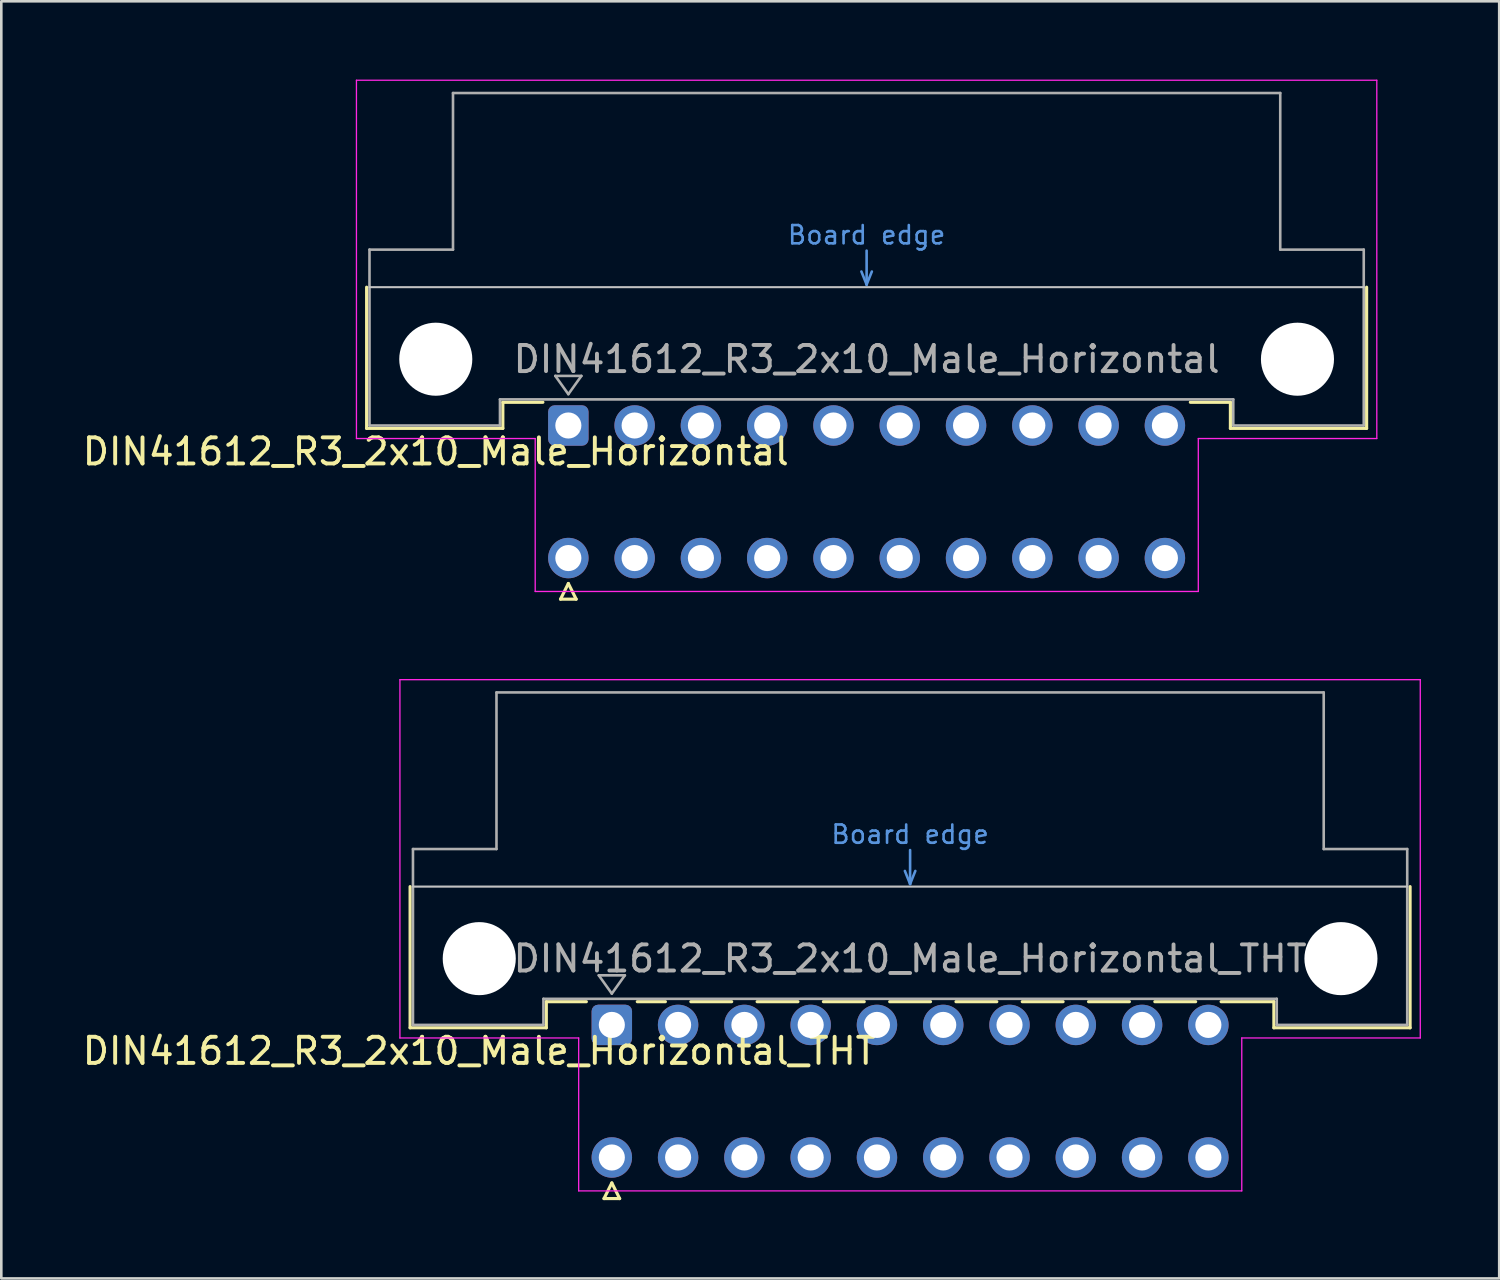
<source format=kicad_pcb>
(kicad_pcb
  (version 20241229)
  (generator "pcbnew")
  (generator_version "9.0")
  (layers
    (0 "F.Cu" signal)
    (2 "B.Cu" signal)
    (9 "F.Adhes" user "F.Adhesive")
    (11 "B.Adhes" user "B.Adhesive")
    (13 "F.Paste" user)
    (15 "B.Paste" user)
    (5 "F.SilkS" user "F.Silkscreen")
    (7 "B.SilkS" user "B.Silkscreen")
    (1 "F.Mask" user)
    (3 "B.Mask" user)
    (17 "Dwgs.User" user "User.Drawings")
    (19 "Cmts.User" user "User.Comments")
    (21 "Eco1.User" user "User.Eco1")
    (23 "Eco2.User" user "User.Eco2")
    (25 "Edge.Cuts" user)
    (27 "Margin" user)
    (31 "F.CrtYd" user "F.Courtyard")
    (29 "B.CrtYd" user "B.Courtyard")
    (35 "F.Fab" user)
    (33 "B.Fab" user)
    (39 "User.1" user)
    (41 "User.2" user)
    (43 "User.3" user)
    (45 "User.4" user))
  (footprint "DIN41612_R3_2x10_Male_Horizontal"
    (layer "F.Cu")
    (at 18.729 13.255)
    (property "Reference" "DIN41612_R3_2x10_Male_Horizontal" (at -5.08 1 0) (layer "F.SilkS") (effects (font (size 1 1) (thickness 0.15))))
    (attr through_hole)
    (fp_line (start -7.73 -5.3) (end -7.73 0.11) (stroke (width 0.12) (type solid)) (layer "F.SilkS"))
    (fp_line (start -7.73 0.11) (end -2.51 0.11) (stroke (width 0.12) (type solid)) (layer "F.SilkS"))
    (fp_line (start -2.51 -0.89) (end -0.975 -0.89) (stroke (width 0.12) (type solid)) (layer "F.SilkS"))
    (fp_line (start -2.51 0.11) (end -2.51 -0.89) (stroke (width 0.12) (type solid)) (layer "F.SilkS"))
    (fp_line (start -0.3 6.655) (end 0.3 6.655) (stroke (width 0.12) (type solid)) (layer "F.SilkS"))
    (fp_line (start 0 6.055) (end -0.3 6.655) (stroke (width 0.12) (type solid)) (layer "F.SilkS"))
    (fp_line (start 0.3 6.655) (end 0 6.055) (stroke (width 0.12) (type solid)) (layer "F.SilkS"))
    (fp_line (start 25.37 -0.89) (end 23.835 -0.89) (stroke (width 0.12) (type solid)) (layer "F.SilkS"))
    (fp_line (start 25.37 0.11) (end 25.37 -0.89) (stroke (width 0.12) (type solid)) (layer "F.SilkS"))
    (fp_line (start 30.59 -5.3) (end 30.59 0.11) (stroke (width 0.12) (type solid)) (layer "F.SilkS"))
    (fp_line (start 30.59 0.11) (end 25.37 0.11) (stroke (width 0.12) (type solid)) (layer "F.SilkS"))
    (fp_line (start -7.62 -5.3) (end 30.48 -5.3) (stroke (width 0.08) (type solid)) (layer "Dwgs.User"))
    (fp_line (start 11.23 -5.9) (end 11.43 -5.4) (stroke (width 0.1) (type solid)) (layer "Cmts.User"))
    (fp_line (start 11.43 -5.4) (end 11.43 -6.7) (stroke (width 0.1) (type solid)) (layer "Cmts.User"))
    (fp_line (start 11.43 -5.4) (end 11.63 -5.9) (stroke (width 0.1) (type solid)) (layer "Cmts.User"))
    (fp_line (start -8.12 -13.23) (end -8.12 0.5) (stroke (width 0.05) (type solid)) (layer "F.CrtYd"))
    (fp_line (start -8.12 0.5) (end -1.27 0.5) (stroke (width 0.05) (type solid)) (layer "F.CrtYd"))
    (fp_line (start -1.27 0.5) (end -1.27 6.36) (stroke (width 0.05) (type solid)) (layer "F.CrtYd"))
    (fp_line (start -1.27 6.36) (end 24.14 6.36) (stroke (width 0.05) (type solid)) (layer "F.CrtYd"))
    (fp_line (start 24.14 0.5) (end 30.98 0.5) (stroke (width 0.05) (type solid)) (layer "F.CrtYd"))
    (fp_line (start 24.14 6.36) (end 24.14 0.5) (stroke (width 0.05) (type solid)) (layer "F.CrtYd"))
    (fp_line (start 30.98 -13.23) (end -8.12 -13.23) (stroke (width 0.05) (type solid)) (layer "F.CrtYd"))
    (fp_line (start 30.98 0.5) (end 30.98 -13.23) (stroke (width 0.05) (type solid)) (layer "F.CrtYd"))
    (fp_line (start -7.62 -6.74) (end -7.62 0) (stroke (width 0.1) (type solid)) (layer "F.Fab"))
    (fp_line (start -7.62 0) (end -2.62 0) (stroke (width 0.1) (type solid)) (layer "F.Fab"))
    (fp_line (start -4.42 -12.74) (end -4.42 -6.74) (stroke (width 0.1) (type solid)) (layer "F.Fab"))
    (fp_line (start -4.42 -6.74) (end -7.62 -6.74) (stroke (width 0.1) (type solid)) (layer "F.Fab"))
    (fp_line (start -2.62 -1) (end 25.48 -1) (stroke (width 0.1) (type solid)) (layer "F.Fab"))
    (fp_line (start -2.62 0) (end -2.62 -1) (stroke (width 0.1) (type solid)) (layer "F.Fab"))
    (fp_line (start -0.5 -1.9) (end 0.5 -1.9) (stroke (width 0.1) (type solid)) (layer "F.Fab"))
    (fp_line (start 0 -1.2) (end -0.5 -1.9) (stroke (width 0.1) (type solid)) (layer "F.Fab"))
    (fp_line (start 0.5 -1.9) (end 0 -1.2) (stroke (width 0.1) (type solid)) (layer "F.Fab"))
    (fp_line (start 25.48 -1) (end 25.48 0) (stroke (width 0.1) (type solid)) (layer "F.Fab"))
    (fp_line (start 25.48 0) (end 30.48 0) (stroke (width 0.1) (type solid)) (layer "F.Fab"))
    (fp_line (start 27.28 -12.74) (end -4.42 -12.74) (stroke (width 0.1) (type solid)) (layer "F.Fab"))
    (fp_line (start 27.28 -6.74) (end 27.28 -12.74) (stroke (width 0.1) (type solid)) (layer "F.Fab"))
    (fp_line (start 30.48 -6.74) (end 27.28 -6.74) (stroke (width 0.1) (type solid)) (layer "F.Fab"))
    (fp_line (start 30.48 0) (end 30.48 -6.74) (stroke (width 0.1) (type solid)) (layer "F.Fab"))
    (fp_text user "Board edge" (at 11.43 -7.3 0) (layer "Cmts.User") (effects (font (size 0.7 0.7) (thickness 0.1))))
    (fp_text user "${REFERENCE}" (at 11.43 -2.54 0) (layer "F.Fab") (effects (font (size 1 1) (thickness 0.15))))
    (pad "" np_thru_hole circle (at -5.08 -2.54) (size 2.8 2.8) (drill 2.8) (layers "*.Cu" "*.Mask"))
    (pad "" np_thru_hole circle (at 27.94 -2.54) (size 2.8 2.8) (drill 2.8) (layers "*.Cu" "*.Mask"))
    (pad "a1" thru_hole roundrect (at 0 0) (size 1.55 1.55) (drill 1) (layers "*.Cu" "*.Mask") (roundrect_rratio 0.161))
    (pad "a2" thru_hole circle (at 2.54 0) (size 1.55 1.55) (drill 1) (layers "*.Cu" "*.Mask"))
    (pad "a3" thru_hole circle (at 5.08 0) (size 1.55 1.55) (drill 1) (layers "*.Cu" "*.Mask"))
    (pad "a4" thru_hole circle (at 7.62 0) (size 1.55 1.55) (drill 1) (layers "*.Cu" "*.Mask"))
    (pad "a5" thru_hole circle (at 10.16 0) (size 1.55 1.55) (drill 1) (layers "*.Cu" "*.Mask"))
    (pad "a6" thru_hole circle (at 12.7 0) (size 1.55 1.55) (drill 1) (layers "*.Cu" "*.Mask"))
    (pad "a7" thru_hole circle (at 15.24 0) (size 1.55 1.55) (drill 1) (layers "*.Cu" "*.Mask"))
    (pad "a8" thru_hole circle (at 17.78 0) (size 1.55 1.55) (drill 1) (layers "*.Cu" "*.Mask"))
    (pad "a9" thru_hole circle (at 20.32 0) (size 1.55 1.55) (drill 1) (layers "*.Cu" "*.Mask"))
    (pad "a10" thru_hole circle (at 22.86 0) (size 1.55 1.55) (drill 1) (layers "*.Cu" "*.Mask"))
    (pad "c1" thru_hole circle (at 0 5.08) (size 1.55 1.55) (drill 1) (layers "*.Cu" "*.Mask"))
    (pad "c2" thru_hole circle (at 2.54 5.08) (size 1.55 1.55) (drill 1) (layers "*.Cu" "*.Mask"))
    (pad "c3" thru_hole circle (at 5.08 5.08) (size 1.55 1.55) (drill 1) (layers "*.Cu" "*.Mask"))
    (pad "c4" thru_hole circle (at 7.62 5.08) (size 1.55 1.55) (drill 1) (layers "*.Cu" "*.Mask"))
    (pad "c5" thru_hole circle (at 10.16 5.08) (size 1.55 1.55) (drill 1) (layers "*.Cu" "*.Mask"))
    (pad "c6" thru_hole circle (at 12.7 5.08) (size 1.55 1.55) (drill 1) (layers "*.Cu" "*.Mask"))
    (pad "c7" thru_hole circle (at 15.24 5.08) (size 1.55 1.55) (drill 1) (layers "*.Cu" "*.Mask"))
    (pad "c8" thru_hole circle (at 17.78 5.08) (size 1.55 1.55) (drill 1) (layers "*.Cu" "*.Mask"))
    (pad "c9" thru_hole circle (at 20.32 5.08) (size 1.55 1.55) (drill 1) (layers "*.Cu" "*.Mask"))
    (pad "c10" thru_hole circle (at 22.86 5.08) (size 1.55 1.55) (drill 1) (layers "*.Cu" "*.Mask")))
  (footprint "DIN41612_R3_2x10_Male_Horizontal_THT"
    (layer "F.Cu")
    (at 20.395 36.225)
    (property "Reference" "DIN41612_R3_2x10_Male_Horizontal_THT" (at -5.08 1 0) (layer "F.SilkS") (effects (font (size 1 1) (thickness 0.15))))
    (attr through_hole)
    (fp_line (start -7.73 -5.3) (end -7.73 0.11) (stroke (width 0.12) (type solid)) (layer "F.SilkS"))
    (fp_line (start -7.73 0.11) (end -2.51 0.11) (stroke (width 0.12) (type solid)) (layer "F.SilkS"))
    (fp_line (start -2.511 -0.89) (end -0.976 -0.89) (stroke (width 0.12) (type solid)) (layer "F.SilkS"))
    (fp_line (start -2.51 0.11) (end -2.51 -0.89) (stroke (width 0.12) (type solid)) (layer "F.SilkS"))
    (fp_line (start -0.3 6.655) (end 0.3 6.655) (stroke (width 0.12) (type solid)) (layer "F.SilkS"))
    (fp_line (start 0 6.055) (end -0.3 6.655) (stroke (width 0.12) (type solid)) (layer "F.SilkS"))
    (fp_line (start 0.3 6.655) (end 0 6.055) (stroke (width 0.12) (type solid)) (layer "F.SilkS"))
    (fp_line (start 0.976 -0.89) (end 2.053 -0.89) (stroke (width 0.12) (type solid)) (layer "F.SilkS"))
    (fp_line (start 3.028 -0.89) (end 4.593 -0.89) (stroke (width 0.12) (type solid)) (layer "F.SilkS"))
    (fp_line (start 5.568 -0.89) (end 7.133 -0.89) (stroke (width 0.12) (type solid)) (layer "F.SilkS"))
    (fp_line (start 8.108 -0.89) (end 9.673 -0.89) (stroke (width 0.12) (type solid)) (layer "F.SilkS"))
    (fp_line (start 10.648 -0.89) (end 12.213 -0.89) (stroke (width 0.12) (type solid)) (layer "F.SilkS"))
    (fp_line (start 13.188 -0.89) (end 14.753 -0.89) (stroke (width 0.12) (type solid)) (layer "F.SilkS"))
    (fp_line (start 15.728 -0.89) (end 17.293 -0.89) (stroke (width 0.12) (type solid)) (layer "F.SilkS"))
    (fp_line (start 18.268 -0.89) (end 19.833 -0.89) (stroke (width 0.12) (type solid)) (layer "F.SilkS"))
    (fp_line (start 20.808 -0.89) (end 22.373 -0.89) (stroke (width 0.12) (type solid)) (layer "F.SilkS"))
    (fp_line (start 23.348 -0.89) (end 25.37 -0.89) (stroke (width 0.12) (type solid)) (layer "F.SilkS"))
    (fp_line (start 25.37 0.11) (end 25.37 -0.89) (stroke (width 0.12) (type solid)) (layer "F.SilkS"))
    (fp_line (start 30.59 -5.3) (end 30.59 0.11) (stroke (width 0.12) (type solid)) (layer "F.SilkS"))
    (fp_line (start 30.59 0.11) (end 25.37 0.11) (stroke (width 0.12) (type solid)) (layer "F.SilkS"))
    (fp_line (start -7.62 -5.3) (end 30.48 -5.3) (stroke (width 0.08) (type solid)) (layer "Dwgs.User"))
    (fp_line (start 11.23 -5.9) (end 11.43 -5.4) (stroke (width 0.1) (type solid)) (layer "Cmts.User"))
    (fp_line (start 11.43 -5.4) (end 11.43 -6.7) (stroke (width 0.1) (type solid)) (layer "Cmts.User"))
    (fp_line (start 11.43 -5.4) (end 11.63 -5.9) (stroke (width 0.1) (type solid)) (layer "Cmts.User"))
    (fp_line (start -8.12 -13.23) (end -8.12 0.5) (stroke (width 0.05) (type solid)) (layer "F.CrtYd"))
    (fp_line (start -8.12 0.5) (end -1.27 0.5) (stroke (width 0.05) (type solid)) (layer "F.CrtYd"))
    (fp_line (start -1.27 0.5) (end -1.27 6.36) (stroke (width 0.05) (type solid)) (layer "F.CrtYd"))
    (fp_line (start -1.27 6.36) (end 24.14 6.36) (stroke (width 0.05) (type solid)) (layer "F.CrtYd"))
    (fp_line (start 24.14 0.5) (end 30.98 0.5) (stroke (width 0.05) (type solid)) (layer "F.CrtYd"))
    (fp_line (start 24.14 6.36) (end 24.14 0.5) (stroke (width 0.05) (type solid)) (layer "F.CrtYd"))
    (fp_line (start 30.98 -13.23) (end -8.12 -13.23) (stroke (width 0.05) (type solid)) (layer "F.CrtYd"))
    (fp_line (start 30.98 0.5) (end 30.98 -13.23) (stroke (width 0.05) (type solid)) (layer "F.CrtYd"))
    (fp_line (start -7.62 -6.74) (end -7.62 0) (stroke (width 0.1) (type solid)) (layer "F.Fab"))
    (fp_line (start -7.62 0) (end -2.62 0) (stroke (width 0.1) (type solid)) (layer "F.Fab"))
    (fp_line (start -4.42 -12.74) (end -4.42 -6.74) (stroke (width 0.1) (type solid)) (layer "F.Fab"))
    (fp_line (start -4.42 -6.74) (end -7.62 -6.74) (stroke (width 0.1) (type solid)) (layer "F.Fab"))
    (fp_line (start -2.62 -1) (end 25.48 -1) (stroke (width 0.1) (type solid)) (layer "F.Fab"))
    (fp_line (start -2.62 0) (end -2.62 -1) (stroke (width 0.1) (type solid)) (layer "F.Fab"))
    (fp_line (start -0.5 -1.9) (end 0.5 -1.9) (stroke (width 0.1) (type solid)) (layer "F.Fab"))
    (fp_line (start 0 -1.2) (end -0.5 -1.9) (stroke (width 0.1) (type solid)) (layer "F.Fab"))
    (fp_line (start 0.5 -1.9) (end 0 -1.2) (stroke (width 0.1) (type solid)) (layer "F.Fab"))
    (fp_line (start 25.48 -1) (end 25.48 0) (stroke (width 0.1) (type solid)) (layer "F.Fab"))
    (fp_line (start 25.48 0) (end 30.48 0) (stroke (width 0.1) (type solid)) (layer "F.Fab"))
    (fp_line (start 27.28 -12.74) (end -4.42 -12.74) (stroke (width 0.1) (type solid)) (layer "F.Fab"))
    (fp_line (start 27.28 -6.74) (end 27.28 -12.74) (stroke (width 0.1) (type solid)) (layer "F.Fab"))
    (fp_line (start 30.48 -6.74) (end 27.28 -6.74) (stroke (width 0.1) (type solid)) (layer "F.Fab"))
    (fp_line (start 30.48 0) (end 30.48 -6.74) (stroke (width 0.1) (type solid)) (layer "F.Fab"))
    (fp_text user "Board edge" (at 11.43 -7.3 0) (layer "Cmts.User") (effects (font (size 0.7 0.7) (thickness 0.1))))
    (fp_text user "${REFERENCE}" (at 11.43 -2.54 0) (layer "F.Fab") (effects (font (size 1 1) (thickness 0.15))))
    (pad "" np_thru_hole circle (at -5.08 -2.54) (size 2.8 2.8) (drill 2.8) (layers "*.Cu" "*.Mask"))
    (pad "" np_thru_hole circle (at 27.94 -2.54) (size 2.8 2.8) (drill 2.8) (layers "*.Cu" "*.Mask"))
    (pad "a0" thru_hole roundrect (at 0 0) (size 1.55 1.55) (drill 1) (layers "*.Cu" "*.Mask") (roundrect_rratio 0.161))
    (pad "a1" thru_hole circle (at 2.54 0) (size 1.55 1.55) (drill 1) (layers "*.Cu" "*.Mask"))
    (pad "a2" thru_hole circle (at 5.08 0) (size 1.55 1.55) (drill 1) (layers "*.Cu" "*.Mask"))
    (pad "a3" thru_hole circle (at 7.62 0) (size 1.55 1.55) (drill 1) (layers "*.Cu" "*.Mask"))
    (pad "a4" thru_hole circle (at 10.16 0) (size 1.55 1.55) (drill 1) (layers "*.Cu" "*.Mask"))
    (pad "a5" thru_hole circle (at 12.7 0) (size 1.55 1.55) (drill 1) (layers "*.Cu" "*.Mask"))
    (pad "a6" thru_hole circle (at 15.24 0) (size 1.55 1.55) (drill 1) (layers "*.Cu" "*.Mask"))
    (pad "a7" thru_hole circle (at 17.78 0) (size 1.55 1.55) (drill 1) (layers "*.Cu" "*.Mask"))
    (pad "a8" thru_hole circle (at 20.32 0) (size 1.55 1.55) (drill 1) (layers "*.Cu" "*.Mask"))
    (pad "a9" thru_hole circle (at 22.86 0) (size 1.55 1.55) (drill 1) (layers "*.Cu" "*.Mask"))
    (pad "c0" thru_hole circle (at 0 5.08) (size 1.55 1.55) (drill 1) (layers "*.Cu" "*.Mask"))
    (pad "c1" thru_hole circle (at 2.54 5.08) (size 1.55 1.55) (drill 1) (layers "*.Cu" "*.Mask"))
    (pad "c2" thru_hole circle (at 5.08 5.08) (size 1.55 1.55) (drill 1) (layers "*.Cu" "*.Mask"))
    (pad "c3" thru_hole circle (at 7.62 5.08) (size 1.55 1.55) (drill 1) (layers "*.Cu" "*.Mask"))
    (pad "c4" thru_hole circle (at 10.16 5.08) (size 1.55 1.55) (drill 1) (layers "*.Cu" "*.Mask"))
    (pad "c5" thru_hole circle (at 12.7 5.08) (size 1.55 1.55) (drill 1) (layers "*.Cu" "*.Mask"))
    (pad "c6" thru_hole circle (at 15.24 5.08) (size 1.55 1.55) (drill 1) (layers "*.Cu" "*.Mask"))
    (pad "c7" thru_hole circle (at 17.78 5.08) (size 1.55 1.55) (drill 1) (layers "*.Cu" "*.Mask"))
    (pad "c8" thru_hole circle (at 20.32 5.08) (size 1.55 1.55) (drill 1) (layers "*.Cu" "*.Mask"))
    (pad "c9" thru_hole circle (at 22.86 5.08) (size 1.55 1.55) (drill 1) (layers "*.Cu" "*.Mask")))
  (gr_rect
    (start -3 -3)
    (end 54.4 45.94)
    (stroke (width 0.1) (type default))
    (fill no)
    (layer "Edge.Cuts")))
</source>
